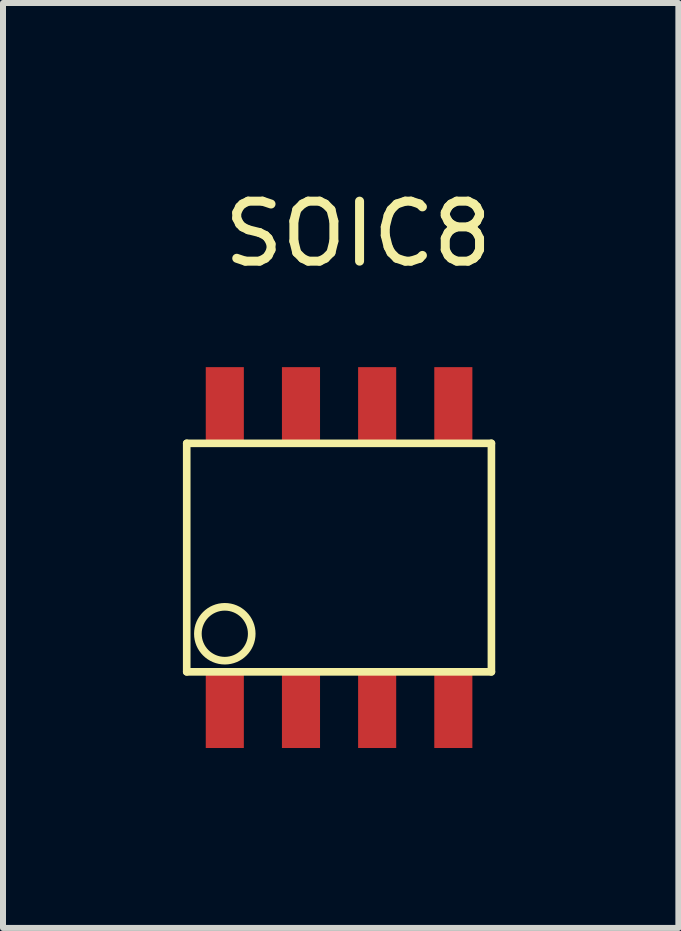
<source format=kicad_pcb>
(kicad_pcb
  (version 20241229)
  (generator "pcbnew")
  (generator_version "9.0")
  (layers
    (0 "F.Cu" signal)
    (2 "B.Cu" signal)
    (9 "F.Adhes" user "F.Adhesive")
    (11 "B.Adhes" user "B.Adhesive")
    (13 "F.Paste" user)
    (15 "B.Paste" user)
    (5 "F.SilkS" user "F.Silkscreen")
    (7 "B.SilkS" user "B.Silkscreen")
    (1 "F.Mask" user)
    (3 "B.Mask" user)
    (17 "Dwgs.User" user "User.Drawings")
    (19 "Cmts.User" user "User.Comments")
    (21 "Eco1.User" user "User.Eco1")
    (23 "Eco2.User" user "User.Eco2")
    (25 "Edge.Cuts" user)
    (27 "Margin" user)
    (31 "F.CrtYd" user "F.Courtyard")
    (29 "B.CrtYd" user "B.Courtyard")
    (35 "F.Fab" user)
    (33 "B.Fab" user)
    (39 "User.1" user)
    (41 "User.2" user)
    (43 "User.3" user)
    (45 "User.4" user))
  (footprint "SOIC8"
    (layer "F.Cu")
    (at 2.603 6.246)
    (property "Reference" "SOIC8" (at 0.318 -5.397 0) (layer "F.SilkS") (effects (font (size 1 1) (thickness 0.15))))
    (attr smd)
    (fp_line (start -2.54 -1.905) (end -2.54 1.905) (stroke (width 0.127) (type solid)) (layer "F.SilkS"))
    (fp_line (start -2.54 1.905) (end 2.54 1.905) (stroke (width 0.127) (type solid)) (layer "F.SilkS"))
    (fp_line (start 2.54 -1.905) (end -2.54 -1.905) (stroke (width 0.127) (type solid)) (layer "F.SilkS"))
    (fp_line (start 2.54 1.905) (end 2.54 -1.905) (stroke (width 0.127) (type solid)) (layer "F.SilkS"))
    (fp_circle (center -1.905 1.27) (end -1.456 1.27) (stroke (width 0.127) (type solid)) (fill no) (layer "F.SilkS"))
    (pad "P$1" smd rect (at -1.905 2.54 90) (size 1.27 0.635) (layers "F.Cu" "F.Mask" "F.Paste"))
    (pad "P$2" smd rect (at -0.635 2.54 90) (size 1.27 0.635) (layers "F.Cu" "F.Mask" "F.Paste"))
    (pad "P$3" smd rect (at 0.635 2.54 90) (size 1.27 0.635) (layers "F.Cu" "F.Mask" "F.Paste"))
    (pad "P$4" smd rect (at 1.905 2.54 90) (size 1.27 0.635) (layers "F.Cu" "F.Mask" "F.Paste"))
    (pad "P$5" smd rect (at 1.905 -2.54 90) (size 1.27 0.635) (layers "F.Cu" "F.Mask" "F.Paste"))
    (pad "P$6" smd rect (at 0.635 -2.54 90) (size 1.27 0.635) (layers "F.Cu" "F.Mask" "F.Paste"))
    (pad "P$7" smd rect (at -0.635 -2.54 90) (size 1.27 0.635) (layers "F.Cu" "F.Mask" "F.Paste"))
    (pad "P$8" smd rect (at -1.905 -2.54 90) (size 1.27 0.635) (layers "F.Cu" "F.Mask" "F.Paste")))
  (gr_rect
    (start -3 -3)
    (end 8.26 12.421)
    (stroke (width 0.1) (type default))
    (fill no)
    (layer "Edge.Cuts")))
</source>
